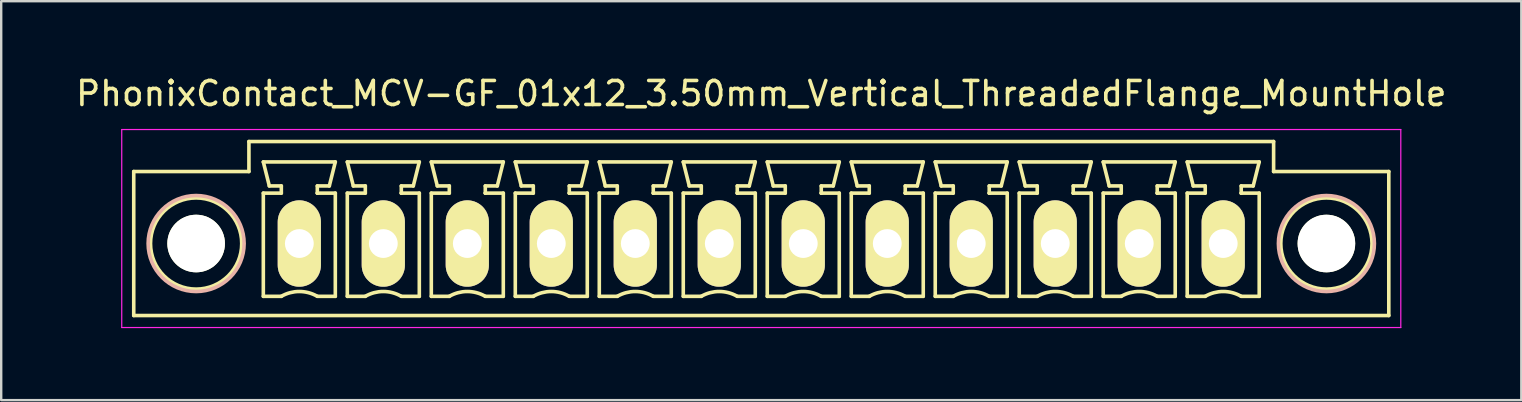
<source format=kicad_pcb>
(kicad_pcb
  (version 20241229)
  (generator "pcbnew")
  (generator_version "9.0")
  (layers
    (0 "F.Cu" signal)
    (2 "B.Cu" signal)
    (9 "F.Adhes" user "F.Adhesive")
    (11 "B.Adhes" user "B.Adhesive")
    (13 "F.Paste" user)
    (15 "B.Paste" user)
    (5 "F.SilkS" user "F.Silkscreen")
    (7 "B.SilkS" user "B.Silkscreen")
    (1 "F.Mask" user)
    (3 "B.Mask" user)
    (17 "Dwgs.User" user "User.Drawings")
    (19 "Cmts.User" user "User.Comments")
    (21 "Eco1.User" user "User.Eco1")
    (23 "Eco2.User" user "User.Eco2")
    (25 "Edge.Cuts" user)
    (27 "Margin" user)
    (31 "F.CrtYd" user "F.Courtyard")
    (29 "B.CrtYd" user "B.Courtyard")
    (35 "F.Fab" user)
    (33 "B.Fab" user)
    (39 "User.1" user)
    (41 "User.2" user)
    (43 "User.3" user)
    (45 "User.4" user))
  (footprint "PhonixContact_MCV-GF_01x12_3.50mm_Vertical_ThreadedFlange_MountHole"
    (layer "F.Cu")
    (at 9.423 7.098)
    (property "Reference" "PhonixContact_MCV-GF_01x12_3.50mm_Vertical_ThreadedFlange_MountHole" (at 19.25 -6.25 0) (layer "F.SilkS") (effects (font (size 1 1) (thickness 0.15))))
    (attr through_hole)
    (fp_line (start -6.9 -3) (end -6.9 3) (stroke (width 0.15) (type solid)) (layer "F.SilkS"))
    (fp_line (start -6.9 3) (end 45.4 3) (stroke (width 0.15) (type solid)) (layer "F.SilkS"))
    (fp_line (start -2.1 -4.25) (end -2.1 -3) (stroke (width 0.15) (type solid)) (layer "F.SilkS"))
    (fp_line (start -2.1 -3) (end -6.9 -3) (stroke (width 0.15) (type solid)) (layer "F.SilkS"))
    (fp_line (start -1.5 -3.4) (end 1.5 -3.4) (stroke (width 0.15) (type solid)) (layer "F.SilkS"))
    (fp_line (start -1.5 -2.1) (end -0.75 -2.1) (stroke (width 0.15) (type solid)) (layer "F.SilkS"))
    (fp_line (start -1.5 2.2) (end -1.5 -2.1) (stroke (width 0.15) (type solid)) (layer "F.SilkS"))
    (fp_line (start -1.25 -2.4) (end -1.5 -3.4) (stroke (width 0.15) (type solid)) (layer "F.SilkS"))
    (fp_line (start -0.75 -2.4) (end -1.25 -2.4) (stroke (width 0.15) (type solid)) (layer "F.SilkS"))
    (fp_line (start -0.75 -2.1) (end -0.75 -2.4) (stroke (width 0.15) (type solid)) (layer "F.SilkS"))
    (fp_line (start -0.75 2.2) (end -1.5 2.2) (stroke (width 0.15) (type solid)) (layer "F.SilkS"))
    (fp_line (start 0.75 -2.4) (end 0.75 -2.1) (stroke (width 0.15) (type solid)) (layer "F.SilkS"))
    (fp_line (start 0.75 -2.1) (end 0.75 -2.1) (stroke (width 0.15) (type solid)) (layer "F.SilkS"))
    (fp_line (start 0.75 -2.1) (end 1.5 -2.1) (stroke (width 0.15) (type solid)) (layer "F.SilkS"))
    (fp_line (start 1.25 -2.4) (end 0.75 -2.4) (stroke (width 0.15) (type solid)) (layer "F.SilkS"))
    (fp_line (start 1.5 -3.4) (end 1.25 -2.4) (stroke (width 0.15) (type solid)) (layer "F.SilkS"))
    (fp_line (start 1.5 -2.1) (end 1.5 2.2) (stroke (width 0.15) (type solid)) (layer "F.SilkS"))
    (fp_line (start 1.5 2.2) (end 0.75 2.2) (stroke (width 0.15) (type solid)) (layer "F.SilkS"))
    (fp_line (start 2 -3.4) (end 5 -3.4) (stroke (width 0.15) (type solid)) (layer "F.SilkS"))
    (fp_line (start 2 -2.1) (end 2.75 -2.1) (stroke (width 0.15) (type solid)) (layer "F.SilkS"))
    (fp_line (start 2 2.2) (end 2 -2.1) (stroke (width 0.15) (type solid)) (layer "F.SilkS"))
    (fp_line (start 2.25 -2.4) (end 2 -3.4) (stroke (width 0.15) (type solid)) (layer "F.SilkS"))
    (fp_line (start 2.75 -2.4) (end 2.25 -2.4) (stroke (width 0.15) (type solid)) (layer "F.SilkS"))
    (fp_line (start 2.75 -2.1) (end 2.75 -2.4) (stroke (width 0.15) (type solid)) (layer "F.SilkS"))
    (fp_line (start 2.75 2.2) (end 2 2.2) (stroke (width 0.15) (type solid)) (layer "F.SilkS"))
    (fp_line (start 4.25 -2.4) (end 4.25 -2.1) (stroke (width 0.15) (type solid)) (layer "F.SilkS"))
    (fp_line (start 4.25 -2.1) (end 4.25 -2.1) (stroke (width 0.15) (type solid)) (layer "F.SilkS"))
    (fp_line (start 4.25 -2.1) (end 5 -2.1) (stroke (width 0.15) (type solid)) (layer "F.SilkS"))
    (fp_line (start 4.75 -2.4) (end 4.25 -2.4) (stroke (width 0.15) (type solid)) (layer "F.SilkS"))
    (fp_line (start 5 -3.4) (end 4.75 -2.4) (stroke (width 0.15) (type solid)) (layer "F.SilkS"))
    (fp_line (start 5 -2.1) (end 5 2.2) (stroke (width 0.15) (type solid)) (layer "F.SilkS"))
    (fp_line (start 5 2.2) (end 4.25 2.2) (stroke (width 0.15) (type solid)) (layer "F.SilkS"))
    (fp_line (start 5.5 -3.4) (end 8.5 -3.4) (stroke (width 0.15) (type solid)) (layer "F.SilkS"))
    (fp_line (start 5.5 -2.1) (end 6.25 -2.1) (stroke (width 0.15) (type solid)) (layer "F.SilkS"))
    (fp_line (start 5.5 2.2) (end 5.5 -2.1) (stroke (width 0.15) (type solid)) (layer "F.SilkS"))
    (fp_line (start 5.75 -2.4) (end 5.5 -3.4) (stroke (width 0.15) (type solid)) (layer "F.SilkS"))
    (fp_line (start 6.25 -2.4) (end 5.75 -2.4) (stroke (width 0.15) (type solid)) (layer "F.SilkS"))
    (fp_line (start 6.25 -2.1) (end 6.25 -2.4) (stroke (width 0.15) (type solid)) (layer "F.SilkS"))
    (fp_line (start 6.25 2.2) (end 5.5 2.2) (stroke (width 0.15) (type solid)) (layer "F.SilkS"))
    (fp_line (start 7.75 -2.4) (end 7.75 -2.1) (stroke (width 0.15) (type solid)) (layer "F.SilkS"))
    (fp_line (start 7.75 -2.1) (end 7.75 -2.1) (stroke (width 0.15) (type solid)) (layer "F.SilkS"))
    (fp_line (start 7.75 -2.1) (end 8.5 -2.1) (stroke (width 0.15) (type solid)) (layer "F.SilkS"))
    (fp_line (start 8.25 -2.4) (end 7.75 -2.4) (stroke (width 0.15) (type solid)) (layer "F.SilkS"))
    (fp_line (start 8.5 -3.4) (end 8.25 -2.4) (stroke (width 0.15) (type solid)) (layer "F.SilkS"))
    (fp_line (start 8.5 -2.1) (end 8.5 2.2) (stroke (width 0.15) (type solid)) (layer "F.SilkS"))
    (fp_line (start 8.5 2.2) (end 7.75 2.2) (stroke (width 0.15) (type solid)) (layer "F.SilkS"))
    (fp_line (start 9 -3.4) (end 12 -3.4) (stroke (width 0.15) (type solid)) (layer "F.SilkS"))
    (fp_line (start 9 -2.1) (end 9.75 -2.1) (stroke (width 0.15) (type solid)) (layer "F.SilkS"))
    (fp_line (start 9 2.2) (end 9 -2.1) (stroke (width 0.15) (type solid)) (layer "F.SilkS"))
    (fp_line (start 9.25 -2.4) (end 9 -3.4) (stroke (width 0.15) (type solid)) (layer "F.SilkS"))
    (fp_line (start 9.75 -2.4) (end 9.25 -2.4) (stroke (width 0.15) (type solid)) (layer "F.SilkS"))
    (fp_line (start 9.75 -2.1) (end 9.75 -2.4) (stroke (width 0.15) (type solid)) (layer "F.SilkS"))
    (fp_line (start 9.75 2.2) (end 9 2.2) (stroke (width 0.15) (type solid)) (layer "F.SilkS"))
    (fp_line (start 11.25 -2.4) (end 11.25 -2.1) (stroke (width 0.15) (type solid)) (layer "F.SilkS"))
    (fp_line (start 11.25 -2.1) (end 11.25 -2.1) (stroke (width 0.15) (type solid)) (layer "F.SilkS"))
    (fp_line (start 11.25 -2.1) (end 12 -2.1) (stroke (width 0.15) (type solid)) (layer "F.SilkS"))
    (fp_line (start 11.75 -2.4) (end 11.25 -2.4) (stroke (width 0.15) (type solid)) (layer "F.SilkS"))
    (fp_line (start 12 -3.4) (end 11.75 -2.4) (stroke (width 0.15) (type solid)) (layer "F.SilkS"))
    (fp_line (start 12 -2.1) (end 12 2.2) (stroke (width 0.15) (type solid)) (layer "F.SilkS"))
    (fp_line (start 12 2.2) (end 11.25 2.2) (stroke (width 0.15) (type solid)) (layer "F.SilkS"))
    (fp_line (start 12.5 -3.4) (end 15.5 -3.4) (stroke (width 0.15) (type solid)) (layer "F.SilkS"))
    (fp_line (start 12.5 -2.1) (end 13.25 -2.1) (stroke (width 0.15) (type solid)) (layer "F.SilkS"))
    (fp_line (start 12.5 2.2) (end 12.5 -2.1) (stroke (width 0.15) (type solid)) (layer "F.SilkS"))
    (fp_line (start 12.75 -2.4) (end 12.5 -3.4) (stroke (width 0.15) (type solid)) (layer "F.SilkS"))
    (fp_line (start 13.25 -2.4) (end 12.75 -2.4) (stroke (width 0.15) (type solid)) (layer "F.SilkS"))
    (fp_line (start 13.25 -2.1) (end 13.25 -2.4) (stroke (width 0.15) (type solid)) (layer "F.SilkS"))
    (fp_line (start 13.25 2.2) (end 12.5 2.2) (stroke (width 0.15) (type solid)) (layer "F.SilkS"))
    (fp_line (start 14.75 -2.4) (end 14.75 -2.1) (stroke (width 0.15) (type solid)) (layer "F.SilkS"))
    (fp_line (start 14.75 -2.1) (end 14.75 -2.1) (stroke (width 0.15) (type solid)) (layer "F.SilkS"))
    (fp_line (start 14.75 -2.1) (end 15.5 -2.1) (stroke (width 0.15) (type solid)) (layer "F.SilkS"))
    (fp_line (start 15.25 -2.4) (end 14.75 -2.4) (stroke (width 0.15) (type solid)) (layer "F.SilkS"))
    (fp_line (start 15.5 -3.4) (end 15.25 -2.4) (stroke (width 0.15) (type solid)) (layer "F.SilkS"))
    (fp_line (start 15.5 -2.1) (end 15.5 2.2) (stroke (width 0.15) (type solid)) (layer "F.SilkS"))
    (fp_line (start 15.5 2.2) (end 14.75 2.2) (stroke (width 0.15) (type solid)) (layer "F.SilkS"))
    (fp_line (start 16 -3.4) (end 19 -3.4) (stroke (width 0.15) (type solid)) (layer "F.SilkS"))
    (fp_line (start 16 -2.1) (end 16.75 -2.1) (stroke (width 0.15) (type solid)) (layer "F.SilkS"))
    (fp_line (start 16 2.2) (end 16 -2.1) (stroke (width 0.15) (type solid)) (layer "F.SilkS"))
    (fp_line (start 16.25 -2.4) (end 16 -3.4) (stroke (width 0.15) (type solid)) (layer "F.SilkS"))
    (fp_line (start 16.75 -2.4) (end 16.25 -2.4) (stroke (width 0.15) (type solid)) (layer "F.SilkS"))
    (fp_line (start 16.75 -2.1) (end 16.75 -2.4) (stroke (width 0.15) (type solid)) (layer "F.SilkS"))
    (fp_line (start 16.75 2.2) (end 16 2.2) (stroke (width 0.15) (type solid)) (layer "F.SilkS"))
    (fp_line (start 18.25 -2.4) (end 18.25 -2.1) (stroke (width 0.15) (type solid)) (layer "F.SilkS"))
    (fp_line (start 18.25 -2.1) (end 18.25 -2.1) (stroke (width 0.15) (type solid)) (layer "F.SilkS"))
    (fp_line (start 18.25 -2.1) (end 19 -2.1) (stroke (width 0.15) (type solid)) (layer "F.SilkS"))
    (fp_line (start 18.75 -2.4) (end 18.25 -2.4) (stroke (width 0.15) (type solid)) (layer "F.SilkS"))
    (fp_line (start 19 -3.4) (end 18.75 -2.4) (stroke (width 0.15) (type solid)) (layer "F.SilkS"))
    (fp_line (start 19 -2.1) (end 19 2.2) (stroke (width 0.15) (type solid)) (layer "F.SilkS"))
    (fp_line (start 19 2.2) (end 18.25 2.2) (stroke (width 0.15) (type solid)) (layer "F.SilkS"))
    (fp_line (start 19.5 -3.4) (end 22.5 -3.4) (stroke (width 0.15) (type solid)) (layer "F.SilkS"))
    (fp_line (start 19.5 -2.1) (end 20.25 -2.1) (stroke (width 0.15) (type solid)) (layer "F.SilkS"))
    (fp_line (start 19.5 2.2) (end 19.5 -2.1) (stroke (width 0.15) (type solid)) (layer "F.SilkS"))
    (fp_line (start 19.75 -2.4) (end 19.5 -3.4) (stroke (width 0.15) (type solid)) (layer "F.SilkS"))
    (fp_line (start 20.25 -2.4) (end 19.75 -2.4) (stroke (width 0.15) (type solid)) (layer "F.SilkS"))
    (fp_line (start 20.25 -2.1) (end 20.25 -2.4) (stroke (width 0.15) (type solid)) (layer "F.SilkS"))
    (fp_line (start 20.25 2.2) (end 19.5 2.2) (stroke (width 0.15) (type solid)) (layer "F.SilkS"))
    (fp_line (start 21.75 -2.4) (end 21.75 -2.1) (stroke (width 0.15) (type solid)) (layer "F.SilkS"))
    (fp_line (start 21.75 -2.1) (end 21.75 -2.1) (stroke (width 0.15) (type solid)) (layer "F.SilkS"))
    (fp_line (start 21.75 -2.1) (end 22.5 -2.1) (stroke (width 0.15) (type solid)) (layer "F.SilkS"))
    (fp_line (start 22.25 -2.4) (end 21.75 -2.4) (stroke (width 0.15) (type solid)) (layer "F.SilkS"))
    (fp_line (start 22.5 -3.4) (end 22.25 -2.4) (stroke (width 0.15) (type solid)) (layer "F.SilkS"))
    (fp_line (start 22.5 -2.1) (end 22.5 2.2) (stroke (width 0.15) (type solid)) (layer "F.SilkS"))
    (fp_line (start 22.5 2.2) (end 21.75 2.2) (stroke (width 0.15) (type solid)) (layer "F.SilkS"))
    (fp_line (start 23 -3.4) (end 26 -3.4) (stroke (width 0.15) (type solid)) (layer "F.SilkS"))
    (fp_line (start 23 -2.1) (end 23.75 -2.1) (stroke (width 0.15) (type solid)) (layer "F.SilkS"))
    (fp_line (start 23 2.2) (end 23 -2.1) (stroke (width 0.15) (type solid)) (layer "F.SilkS"))
    (fp_line (start 23.25 -2.4) (end 23 -3.4) (stroke (width 0.15) (type solid)) (layer "F.SilkS"))
    (fp_line (start 23.75 -2.4) (end 23.25 -2.4) (stroke (width 0.15) (type solid)) (layer "F.SilkS"))
    (fp_line (start 23.75 -2.1) (end 23.75 -2.4) (stroke (width 0.15) (type solid)) (layer "F.SilkS"))
    (fp_line (start 23.75 2.2) (end 23 2.2) (stroke (width 0.15) (type solid)) (layer "F.SilkS"))
    (fp_line (start 25.25 -2.4) (end 25.25 -2.1) (stroke (width 0.15) (type solid)) (layer "F.SilkS"))
    (fp_line (start 25.25 -2.1) (end 25.25 -2.1) (stroke (width 0.15) (type solid)) (layer "F.SilkS"))
    (fp_line (start 25.25 -2.1) (end 26 -2.1) (stroke (width 0.15) (type solid)) (layer "F.SilkS"))
    (fp_line (start 25.75 -2.4) (end 25.25 -2.4) (stroke (width 0.15) (type solid)) (layer "F.SilkS"))
    (fp_line (start 26 -3.4) (end 25.75 -2.4) (stroke (width 0.15) (type solid)) (layer "F.SilkS"))
    (fp_line (start 26 -2.1) (end 26 2.2) (stroke (width 0.15) (type solid)) (layer "F.SilkS"))
    (fp_line (start 26 2.2) (end 25.25 2.2) (stroke (width 0.15) (type solid)) (layer "F.SilkS"))
    (fp_line (start 26.5 -3.4) (end 29.5 -3.4) (stroke (width 0.15) (type solid)) (layer "F.SilkS"))
    (fp_line (start 26.5 -2.1) (end 27.25 -2.1) (stroke (width 0.15) (type solid)) (layer "F.SilkS"))
    (fp_line (start 26.5 2.2) (end 26.5 -2.1) (stroke (width 0.15) (type solid)) (layer "F.SilkS"))
    (fp_line (start 26.75 -2.4) (end 26.5 -3.4) (stroke (width 0.15) (type solid)) (layer "F.SilkS"))
    (fp_line (start 27.25 -2.4) (end 26.75 -2.4) (stroke (width 0.15) (type solid)) (layer "F.SilkS"))
    (fp_line (start 27.25 -2.1) (end 27.25 -2.4) (stroke (width 0.15) (type solid)) (layer "F.SilkS"))
    (fp_line (start 27.25 2.2) (end 26.5 2.2) (stroke (width 0.15) (type solid)) (layer "F.SilkS"))
    (fp_line (start 28.75 -2.4) (end 28.75 -2.1) (stroke (width 0.15) (type solid)) (layer "F.SilkS"))
    (fp_line (start 28.75 -2.1) (end 28.75 -2.1) (stroke (width 0.15) (type solid)) (layer "F.SilkS"))
    (fp_line (start 28.75 -2.1) (end 29.5 -2.1) (stroke (width 0.15) (type solid)) (layer "F.SilkS"))
    (fp_line (start 29.25 -2.4) (end 28.75 -2.4) (stroke (width 0.15) (type solid)) (layer "F.SilkS"))
    (fp_line (start 29.5 -3.4) (end 29.25 -2.4) (stroke (width 0.15) (type solid)) (layer "F.SilkS"))
    (fp_line (start 29.5 -2.1) (end 29.5 2.2) (stroke (width 0.15) (type solid)) (layer "F.SilkS"))
    (fp_line (start 29.5 2.2) (end 28.75 2.2) (stroke (width 0.15) (type solid)) (layer "F.SilkS"))
    (fp_line (start 30 -3.4) (end 33 -3.4) (stroke (width 0.15) (type solid)) (layer "F.SilkS"))
    (fp_line (start 30 -2.1) (end 30.75 -2.1) (stroke (width 0.15) (type solid)) (layer "F.SilkS"))
    (fp_line (start 30 2.2) (end 30 -2.1) (stroke (width 0.15) (type solid)) (layer "F.SilkS"))
    (fp_line (start 30.25 -2.4) (end 30 -3.4) (stroke (width 0.15) (type solid)) (layer "F.SilkS"))
    (fp_line (start 30.75 -2.4) (end 30.25 -2.4) (stroke (width 0.15) (type solid)) (layer "F.SilkS"))
    (fp_line (start 30.75 -2.1) (end 30.75 -2.4) (stroke (width 0.15) (type solid)) (layer "F.SilkS"))
    (fp_line (start 30.75 2.2) (end 30 2.2) (stroke (width 0.15) (type solid)) (layer "F.SilkS"))
    (fp_line (start 32.25 -2.4) (end 32.25 -2.1) (stroke (width 0.15) (type solid)) (layer "F.SilkS"))
    (fp_line (start 32.25 -2.1) (end 32.25 -2.1) (stroke (width 0.15) (type solid)) (layer "F.SilkS"))
    (fp_line (start 32.25 -2.1) (end 33 -2.1) (stroke (width 0.15) (type solid)) (layer "F.SilkS"))
    (fp_line (start 32.75 -2.4) (end 32.25 -2.4) (stroke (width 0.15) (type solid)) (layer "F.SilkS"))
    (fp_line (start 33 -3.4) (end 32.75 -2.4) (stroke (width 0.15) (type solid)) (layer "F.SilkS"))
    (fp_line (start 33 -2.1) (end 33 2.2) (stroke (width 0.15) (type solid)) (layer "F.SilkS"))
    (fp_line (start 33 2.2) (end 32.25 2.2) (stroke (width 0.15) (type solid)) (layer "F.SilkS"))
    (fp_line (start 33.5 -3.4) (end 36.5 -3.4) (stroke (width 0.15) (type solid)) (layer "F.SilkS"))
    (fp_line (start 33.5 -2.1) (end 34.25 -2.1) (stroke (width 0.15) (type solid)) (layer "F.SilkS"))
    (fp_line (start 33.5 2.2) (end 33.5 -2.1) (stroke (width 0.15) (type solid)) (layer "F.SilkS"))
    (fp_line (start 33.75 -2.4) (end 33.5 -3.4) (stroke (width 0.15) (type solid)) (layer "F.SilkS"))
    (fp_line (start 34.25 -2.4) (end 33.75 -2.4) (stroke (width 0.15) (type solid)) (layer "F.SilkS"))
    (fp_line (start 34.25 -2.1) (end 34.25 -2.4) (stroke (width 0.15) (type solid)) (layer "F.SilkS"))
    (fp_line (start 34.25 2.2) (end 33.5 2.2) (stroke (width 0.15) (type solid)) (layer "F.SilkS"))
    (fp_line (start 35.75 -2.4) (end 35.75 -2.1) (stroke (width 0.15) (type solid)) (layer "F.SilkS"))
    (fp_line (start 35.75 -2.1) (end 35.75 -2.1) (stroke (width 0.15) (type solid)) (layer "F.SilkS"))
    (fp_line (start 35.75 -2.1) (end 36.5 -2.1) (stroke (width 0.15) (type solid)) (layer "F.SilkS"))
    (fp_line (start 36.25 -2.4) (end 35.75 -2.4) (stroke (width 0.15) (type solid)) (layer "F.SilkS"))
    (fp_line (start 36.5 -3.4) (end 36.25 -2.4) (stroke (width 0.15) (type solid)) (layer "F.SilkS"))
    (fp_line (start 36.5 -2.1) (end 36.5 2.2) (stroke (width 0.15) (type solid)) (layer "F.SilkS"))
    (fp_line (start 36.5 2.2) (end 35.75 2.2) (stroke (width 0.15) (type solid)) (layer "F.SilkS"))
    (fp_line (start 37 -3.4) (end 40 -3.4) (stroke (width 0.15) (type solid)) (layer "F.SilkS"))
    (fp_line (start 37 -2.1) (end 37.75 -2.1) (stroke (width 0.15) (type solid)) (layer "F.SilkS"))
    (fp_line (start 37 2.2) (end 37 -2.1) (stroke (width 0.15) (type solid)) (layer "F.SilkS"))
    (fp_line (start 37.25 -2.4) (end 37 -3.4) (stroke (width 0.15) (type solid)) (layer "F.SilkS"))
    (fp_line (start 37.75 -2.4) (end 37.25 -2.4) (stroke (width 0.15) (type solid)) (layer "F.SilkS"))
    (fp_line (start 37.75 -2.1) (end 37.75 -2.4) (stroke (width 0.15) (type solid)) (layer "F.SilkS"))
    (fp_line (start 37.75 2.2) (end 37 2.2) (stroke (width 0.15) (type solid)) (layer "F.SilkS"))
    (fp_line (start 39.25 -2.4) (end 39.25 -2.1) (stroke (width 0.15) (type solid)) (layer "F.SilkS"))
    (fp_line (start 39.25 -2.1) (end 39.25 -2.1) (stroke (width 0.15) (type solid)) (layer "F.SilkS"))
    (fp_line (start 39.25 -2.1) (end 40 -2.1) (stroke (width 0.15) (type solid)) (layer "F.SilkS"))
    (fp_line (start 39.75 -2.4) (end 39.25 -2.4) (stroke (width 0.15) (type solid)) (layer "F.SilkS"))
    (fp_line (start 40 -3.4) (end 39.75 -2.4) (stroke (width 0.15) (type solid)) (layer "F.SilkS"))
    (fp_line (start 40 -2.1) (end 40 2.2) (stroke (width 0.15) (type solid)) (layer "F.SilkS"))
    (fp_line (start 40 2.2) (end 39.25 2.2) (stroke (width 0.15) (type solid)) (layer "F.SilkS"))
    (fp_line (start 40.6 -4.25) (end -2.1 -4.25) (stroke (width 0.15) (type solid)) (layer "F.SilkS"))
    (fp_line (start 40.6 -3) (end 40.6 -4.25) (stroke (width 0.15) (type solid)) (layer "F.SilkS"))
    (fp_line (start 45.4 -3) (end 40.6 -3) (stroke (width 0.15) (type solid)) (layer "F.SilkS"))
    (fp_line (start 45.4 3) (end 45.4 -3) (stroke (width 0.15) (type solid)) (layer "F.SilkS"))
    (fp_arc (start -0.75 2.2) (mid -0.006068 1.999179) (end 0.739464 2.193978) (stroke (width 0.15) (type solid)) (layer "F.SilkS"))
    (fp_arc (start 2.75 2.2) (mid 3.493932 1.999179) (end 4.239464 2.193978) (stroke (width 0.15) (type solid)) (layer "F.SilkS"))
    (fp_arc (start 6.25 2.2) (mid 6.993932 1.999179) (end 7.739464 2.193978) (stroke (width 0.15) (type solid)) (layer "F.SilkS"))
    (fp_arc (start 9.75 2.2) (mid 10.493932 1.999179) (end 11.239464 2.193978) (stroke (width 0.15) (type solid)) (layer "F.SilkS"))
    (fp_arc (start 13.25 2.2) (mid 13.993932 1.999179) (end 14.739464 2.193978) (stroke (width 0.15) (type solid)) (layer "F.SilkS"))
    (fp_arc (start 16.75 2.2) (mid 17.493932 1.999179) (end 18.239464 2.193978) (stroke (width 0.15) (type solid)) (layer "F.SilkS"))
    (fp_arc (start 20.25 2.2) (mid 20.993932 1.999179) (end 21.739464 2.193978) (stroke (width 0.15) (type solid)) (layer "F.SilkS"))
    (fp_arc (start 23.75 2.2) (mid 24.493932 1.999179) (end 25.239464 2.193978) (stroke (width 0.15) (type solid)) (layer "F.SilkS"))
    (fp_arc (start 27.25 2.2) (mid 27.993932 1.999179) (end 28.739464 2.193978) (stroke (width 0.15) (type solid)) (layer "F.SilkS"))
    (fp_arc (start 30.75 2.2) (mid 31.493932 1.999179) (end 32.239464 2.193978) (stroke (width 0.15) (type solid)) (layer "F.SilkS"))
    (fp_arc (start 34.25 2.2) (mid 34.993932 1.999179) (end 35.739464 2.193978) (stroke (width 0.15) (type solid)) (layer "F.SilkS"))
    (fp_arc (start 37.75 2.2) (mid 38.493932 1.999179) (end 39.239464 2.193978) (stroke (width 0.15) (type solid)) (layer "F.SilkS"))
    (fp_circle (center -4.3 0) (end -2.4 0) (stroke (width 0.15) (type solid)) (fill no) (layer "F.SilkS"))
    (fp_circle (center 42.8 0) (end 44.7 0) (stroke (width 0.15) (type solid)) (fill no) (layer "F.SilkS"))
    (fp_circle (center -4.3 0) (end -2.3 0) (stroke (width 0.15) (type solid)) (fill no) (layer "B.SilkS"))
    (fp_circle (center 42.8 0) (end 44.8 0) (stroke (width 0.15) (type solid)) (fill no) (layer "B.SilkS"))
    (fp_line (start -7.4 -4.75) (end -7.4 3.5) (stroke (width 0.05) (type solid)) (layer "F.CrtYd"))
    (fp_line (start -7.4 3.5) (end 45.9 3.5) (stroke (width 0.05) (type solid)) (layer "F.CrtYd"))
    (fp_line (start 45.9 -4.75) (end -7.4 -4.75) (stroke (width 0.05) (type solid)) (layer "F.CrtYd"))
    (fp_line (start 45.9 3.5) (end 45.9 -4.75) (stroke (width 0.05) (type solid)) (layer "F.CrtYd"))
    (pad "" np_thru_hole circle (at -4.3 0) (size 2.4 2.4) (drill 2.4) (layers "*.Cu" "*.Mask" "F.SilkS"))
    (pad "" np_thru_hole circle (at 42.8 0) (size 2.4 2.4) (drill 2.4) (layers "*.Cu" "*.Mask" "F.SilkS"))
    (pad "1" thru_hole oval (at 0 0) (size 1.8 3.6) (drill 1.2) (layers "*.Cu" "*.Mask" "F.SilkS"))
    (pad "2" thru_hole oval (at 3.5 0) (size 1.8 3.6) (drill 1.2) (layers "*.Cu" "*.Mask" "F.SilkS"))
    (pad "3" thru_hole oval (at 7 0) (size 1.8 3.6) (drill 1.2) (layers "*.Cu" "*.Mask" "F.SilkS"))
    (pad "4" thru_hole oval (at 10.5 0) (size 1.8 3.6) (drill 1.2) (layers "*.Cu" "*.Mask" "F.SilkS"))
    (pad "5" thru_hole oval (at 14 0) (size 1.8 3.6) (drill 1.2) (layers "*.Cu" "*.Mask" "F.SilkS"))
    (pad "6" thru_hole oval (at 17.5 0) (size 1.8 3.6) (drill 1.2) (layers "*.Cu" "*.Mask" "F.SilkS"))
    (pad "7" thru_hole oval (at 21 0) (size 1.8 3.6) (drill 1.2) (layers "*.Cu" "*.Mask" "F.SilkS"))
    (pad "8" thru_hole oval (at 24.5 0) (size 1.8 3.6) (drill 1.2) (layers "*.Cu" "*.Mask" "F.SilkS"))
    (pad "9" thru_hole oval (at 28 0) (size 1.8 3.6) (drill 1.2) (layers "*.Cu" "*.Mask" "F.SilkS"))
    (pad "10" thru_hole oval (at 31.5 0) (size 1.8 3.6) (drill 1.2) (layers "*.Cu" "*.Mask" "F.SilkS"))
    (pad "11" thru_hole oval (at 35 0) (size 1.8 3.6) (drill 1.2) (layers "*.Cu" "*.Mask" "F.SilkS"))
    (pad "12" thru_hole oval (at 38.5 0) (size 1.8 3.6) (drill 1.2) (layers "*.Cu" "*.Mask" "F.SilkS")))
  (gr_rect
    (start -3 -3)
    (end 60.345 13.623)
    (stroke (width 0.1) (type default))
    (fill no)
    (layer "Edge.Cuts")))
</source>
